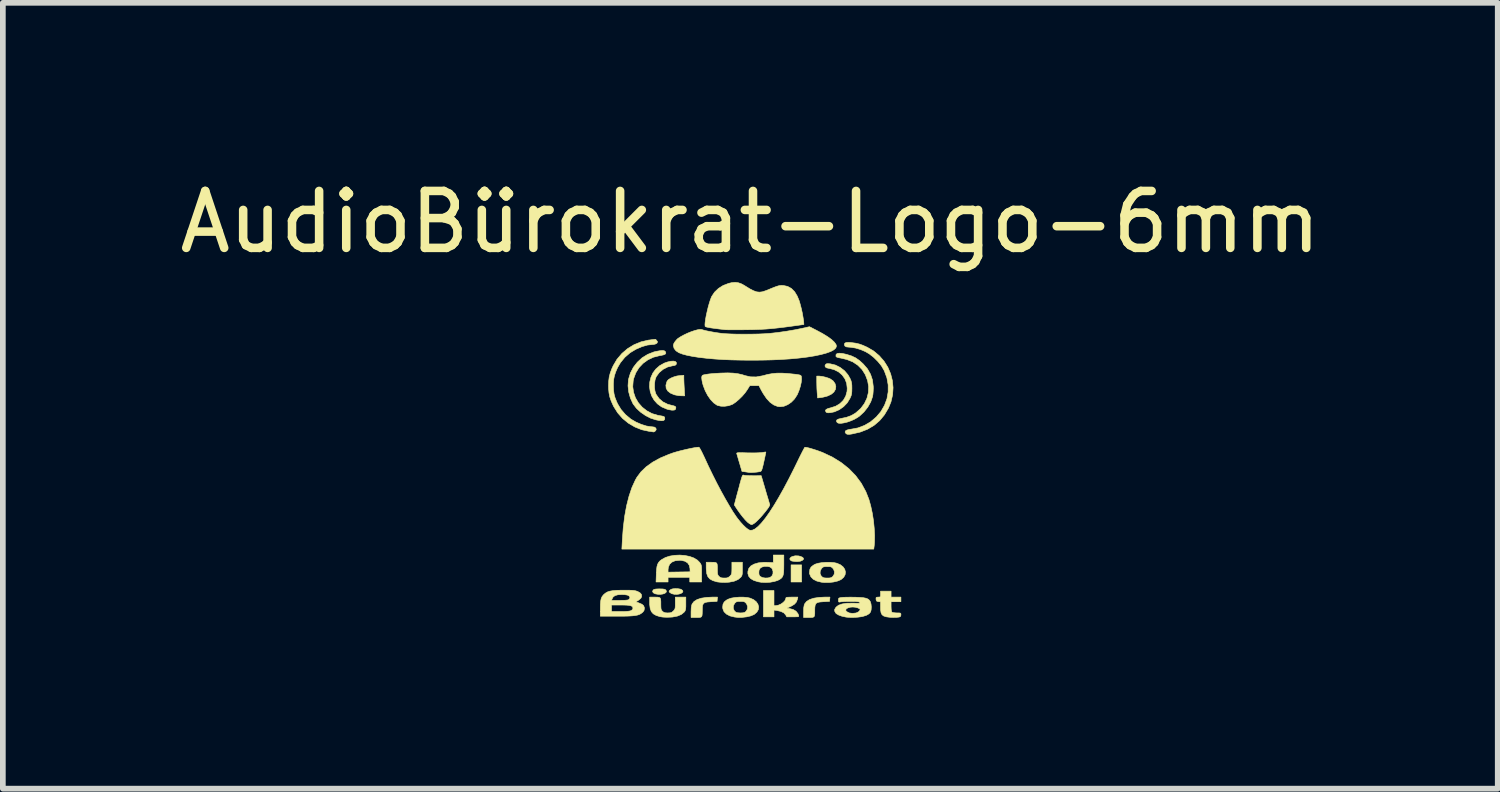
<source format=kicad_pcb>
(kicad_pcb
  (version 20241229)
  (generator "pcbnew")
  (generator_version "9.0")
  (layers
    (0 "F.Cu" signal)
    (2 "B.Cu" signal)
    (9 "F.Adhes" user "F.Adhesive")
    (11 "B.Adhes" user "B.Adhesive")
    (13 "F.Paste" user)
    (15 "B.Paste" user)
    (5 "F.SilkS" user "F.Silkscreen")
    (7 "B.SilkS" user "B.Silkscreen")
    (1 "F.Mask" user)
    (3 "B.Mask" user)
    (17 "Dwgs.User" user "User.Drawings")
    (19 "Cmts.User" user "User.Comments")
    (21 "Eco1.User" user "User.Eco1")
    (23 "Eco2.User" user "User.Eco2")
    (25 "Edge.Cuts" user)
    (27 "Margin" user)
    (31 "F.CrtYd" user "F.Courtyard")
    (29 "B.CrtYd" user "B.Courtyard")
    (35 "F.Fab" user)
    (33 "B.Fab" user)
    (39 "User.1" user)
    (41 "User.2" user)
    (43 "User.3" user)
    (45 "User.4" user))
  (footprint "AudioBürokrat-Logo-6mm"
    (layer "F.Cu")
    (at 10.125 4.848)
    (property "Reference" "AudioBürokrat-Logo-6mm" (at 0 -4 0) (layer "F.SilkS") (effects (font (size 1 1) (thickness 0.15))))
    (attr through_hole)
    (fp_poly (pts (xy 0.901 2.322) (xy 0.716 2.322) (xy 0.716 2.021) (xy 0.901 2.021) (xy 0.901 2.322)) (stroke (width 0.01) (type solid)) (fill yes) (layer "F.SilkS"))
    (fp_poly (pts (xy 0.843 1.863) (xy 0.881 1.872) (xy 0.918 1.888) (xy 0.934 1.906) (xy 0.932 1.926) (xy 0.912 1.943) (xy 0.877 1.957) (xy 0.83 1.963) (xy 0.816 1.963) (xy 0.773 1.96) (xy 0.737 1.955) (xy 0.719 1.95) (xy 0.697 1.93) (xy 0.695 1.908) (xy 0.714 1.887) (xy 0.733 1.876) (xy 0.786 1.862) (xy 0.843 1.863)) (stroke (width 0.01) (type solid)) (fill yes) (layer "F.SilkS"))
    (fp_poly (pts (xy -1.266 2.44) (xy -1.226 2.447) (xy -1.213 2.452) (xy -1.188 2.471) (xy -1.183 2.49) (xy -1.194 2.508) (xy -1.218 2.523) (xy -1.252 2.534) (xy -1.291 2.539) (xy -1.333 2.538) (xy -1.374 2.528) (xy -1.382 2.525) (xy -1.416 2.505) (xy -1.427 2.486) (xy -1.415 2.467) (xy -1.39 2.45) (xy -1.358 2.441) (xy -1.313 2.438) (xy -1.266 2.44)) (stroke (width 0.01) (type solid)) (fill yes) (layer "F.SilkS"))
    (fp_poly (pts (xy -1.541 2.444) (xy -1.507 2.449) (xy -1.487 2.459) (xy -1.484 2.461) (xy -1.472 2.484) (xy -1.479 2.504) (xy -1.501 2.521) (xy -1.536 2.533) (xy -1.58 2.539) (xy -1.628 2.537) (xy -1.671 2.529) (xy -1.703 2.512) (xy -1.716 2.49) (xy -1.708 2.466) (xy -1.704 2.461) (xy -1.686 2.451) (xy -1.655 2.445) (xy -1.607 2.443) (xy -1.594 2.443) (xy -1.541 2.444)) (stroke (width 0.01) (type solid)) (fill yes) (layer "F.SilkS"))
    (fp_poly (pts (xy 1.21 -1.294) (xy 1.263 -1.288) (xy 1.323 -1.274) (xy 1.381 -1.255) (xy 1.405 -1.244) (xy 1.456 -1.208) (xy 1.488 -1.163) (xy 1.502 -1.113) (xy 1.496 -1.062) (xy 1.468 -1.014) (xy 1.466 -1.012) (xy 1.42 -0.974) (xy 1.356 -0.944) (xy 1.28 -0.924) (xy 1.246 -0.918) (xy 1.182 -0.91) (xy 1.174 -1.007) (xy 1.17 -1.069) (xy 1.168 -1.138) (xy 1.167 -1.198) (xy 1.167 -1.294) (xy 1.21 -1.294)) (stroke (width 0.01) (type solid)) (fill yes) (layer "F.SilkS"))
    (fp_poly (pts (xy -1.167 -1.251) (xy -1.166 -1.214) (xy -1.164 -1.163) (xy -1.161 -1.105) (xy -1.159 -1.07) (xy -1.152 -0.947) (xy -1.214 -0.948) (xy -1.264 -0.952) (xy -1.316 -0.962) (xy -1.334 -0.966) (xy -1.402 -0.995) (xy -1.45 -1.033) (xy -1.477 -1.079) (xy -1.482 -1.133) (xy -1.466 -1.192) (xy -1.457 -1.21) (xy -1.433 -1.235) (xy -1.393 -1.259) (xy -1.342 -1.28) (xy -1.287 -1.296) (xy -1.242 -1.302) (xy -1.167 -1.308) (xy -1.167 -1.251)) (stroke (width 0.01) (type solid)) (fill yes) (layer "F.SilkS"))
    (fp_poly (pts (xy -0.58 2.625) (xy -0.583 2.662) (xy -0.691 2.668) (xy -0.753 2.673) (xy -0.796 2.682) (xy -0.822 2.7) (xy -0.837 2.729) (xy -0.842 2.773) (xy -0.843 2.819) (xy -0.844 2.874) (xy -0.847 2.91) (xy -0.857 2.932) (xy -0.876 2.942) (xy -0.908 2.945) (xy -0.948 2.945) (xy -1.04 2.945) (xy -1.04 2.846) (xy -1.037 2.776) (xy -1.028 2.726) (xy -1.021 2.707) (xy -0.988 2.664) (xy -0.934 2.63) (xy -0.86 2.606) (xy -0.767 2.592) (xy -0.666 2.587) (xy -0.576 2.587) (xy -0.58 2.625)) (stroke (width 0.01) (type solid)) (fill yes) (layer "F.SilkS"))
    (fp_poly (pts (xy 1.395 2.625) (xy 1.392 2.662) (xy 1.284 2.668) (xy 1.222 2.673) (xy 1.18 2.682) (xy 1.153 2.7) (xy 1.139 2.729) (xy 1.133 2.773) (xy 1.132 2.819) (xy 1.132 2.874) (xy 1.128 2.91) (xy 1.119 2.932) (xy 1.099 2.942) (xy 1.067 2.945) (xy 1.027 2.945) (xy 0.936 2.945) (xy 0.936 2.846) (xy 0.938 2.776) (xy 0.947 2.726) (xy 0.954 2.707) (xy 0.988 2.664) (xy 1.041 2.63) (xy 1.115 2.606) (xy 1.208 2.592) (xy 1.309 2.587) (xy 1.399 2.587) (xy 1.395 2.625)) (stroke (width 0.01) (type solid)) (fill yes) (layer "F.SilkS"))
    (fp_poly (pts (xy 0.416 2.738) (xy 0.448 2.737) (xy 0.492 2.729) (xy 0.538 2.709) (xy 0.578 2.681) (xy 0.609 2.648) (xy 0.623 2.615) (xy 0.624 2.609) (xy 0.626 2.599) (xy 0.635 2.592) (xy 0.656 2.589) (xy 0.692 2.588) (xy 0.729 2.587) (xy 0.835 2.587) (xy 0.828 2.622) (xy 0.81 2.672) (xy 0.776 2.711) (xy 0.723 2.744) (xy 0.712 2.749) (xy 0.644 2.78) (xy 0.683 2.787) (xy 0.753 2.805) (xy 0.803 2.835) (xy 0.837 2.878) (xy 0.849 2.908) (xy 0.851 2.92) (xy 0.848 2.928) (xy 0.835 2.932) (xy 0.807 2.933) (xy 0.762 2.934) (xy 0.749 2.934) (xy 0.641 2.934) (xy 0.621 2.899) (xy 0.588 2.863) (xy 0.535 2.838) (xy 0.468 2.822) (xy 0.416 2.815) (xy 0.416 2.934) (xy 0.231 2.934) (xy 0.231 2.472) (xy 0.416 2.472) (xy 0.416 2.738)) (stroke (width 0.01) (type solid)) (fill yes) (layer "F.SilkS"))
    (fp_poly (pts (xy 0.272 0.05) (xy 0.266 0.08) (xy 0.257 0.124) (xy 0.245 0.179) (xy 0.239 0.206) (xy 0.224 0.273) (xy 0.212 0.32) (xy 0.202 0.351) (xy 0.193 0.37) (xy 0.183 0.379) (xy 0.18 0.381) (xy 0.155 0.386) (xy 0.116 0.392) (xy 0.071 0.396) (xy 0.027 0.399) (xy -0.008 0.399) (xy -0.023 0.398) (xy -0.045 0.394) (xy -0.079 0.389) (xy -0.093 0.387) (xy -0.146 0.38) (xy -0.189 0.233) (xy -0.206 0.177) (xy -0.22 0.128) (xy -0.231 0.09) (xy -0.238 0.069) (xy -0.238 0.067) (xy -0.238 0.06) (xy -0.233 0.055) (xy -0.218 0.052) (xy -0.19 0.051) (xy -0.147 0.051) (xy -0.086 0.053) (xy -0.055 0.054) (xy 0.015 0.055) (xy 0.083 0.055) (xy 0.143 0.053) (xy 0.188 0.05) (xy 0.202 0.049) (xy 0.239 0.043) (xy 0.265 0.039) (xy 0.273 0.039) (xy 0.272 0.05)) (stroke (width 0.01) (type solid)) (fill yes) (layer "F.SilkS"))
    (fp_poly (pts (xy 2.472 2.587) (xy 2.645 2.587) (xy 2.645 2.668) (xy 2.472 2.668) (xy 2.472 2.753) (xy 2.474 2.8) (xy 2.479 2.835) (xy 2.486 2.851) (xy 2.504 2.858) (xy 2.539 2.863) (xy 2.572 2.865) (xy 2.612 2.865) (xy 2.634 2.868) (xy 2.643 2.876) (xy 2.645 2.891) (xy 2.645 2.898) (xy 2.641 2.922) (xy 2.625 2.934) (xy 2.609 2.938) (xy 2.564 2.943) (xy 2.506 2.944) (xy 2.445 2.941) (xy 2.393 2.934) (xy 2.383 2.932) (xy 2.341 2.918) (xy 2.313 2.896) (xy 2.296 2.861) (xy 2.288 2.811) (xy 2.287 2.766) (xy 2.287 2.67) (xy 2.249 2.666) (xy 2.223 2.66) (xy 2.212 2.645) (xy 2.208 2.625) (xy 2.208 2.6) (xy 2.216 2.59) (xy 2.241 2.587) (xy 2.246 2.587) (xy 2.271 2.586) (xy 2.283 2.579) (xy 2.287 2.559) (xy 2.287 2.535) (xy 2.287 2.483) (xy 2.472 2.483) (xy 2.472 2.587)) (stroke (width 0.01) (type solid)) (fill yes) (layer "F.SilkS"))
    (fp_poly (pts (xy -1.312 -1.548) (xy -1.297 -1.529) (xy -1.299 -1.504) (xy -1.31 -1.489) (xy -1.337 -1.479) (xy -1.364 -1.475) (xy -1.451 -1.454) (xy -1.531 -1.413) (xy -1.599 -1.356) (xy -1.651 -1.285) (xy -1.654 -1.279) (xy -1.672 -1.228) (xy -1.681 -1.165) (xy -1.682 -1.096) (xy -1.674 -1.032) (xy -1.657 -0.979) (xy -1.654 -0.973) (xy -1.602 -0.899) (xy -1.534 -0.841) (xy -1.45 -0.799) (xy -1.382 -0.781) (xy -1.342 -0.771) (xy -1.319 -0.762) (xy -1.309 -0.749) (xy -1.307 -0.74) (xy -1.312 -0.712) (xy -1.335 -0.697) (xy -1.376 -0.695) (xy -1.433 -0.705) (xy -1.468 -0.715) (xy -1.558 -0.754) (xy -1.631 -0.807) (xy -1.689 -0.872) (xy -1.732 -0.946) (xy -1.758 -1.025) (xy -1.77 -1.108) (xy -1.765 -1.191) (xy -1.745 -1.272) (xy -1.71 -1.349) (xy -1.659 -1.417) (xy -1.592 -1.476) (xy -1.51 -1.522) (xy -1.456 -1.541) (xy -1.394 -1.555) (xy -1.345 -1.557) (xy -1.312 -1.548)) (stroke (width 0.01) (type solid)) (fill yes) (layer "F.SilkS"))
    (fp_poly (pts (xy -0.116 0.445) (xy -0.106 0.448) (xy -0.106 0.448) (xy -0.082 0.451) (xy -0.041 0.454) (xy 0.01 0.455) (xy 0.058 0.456) (xy 0.192 0.455) (xy 0.265 0.704) (xy 0.286 0.777) (xy 0.306 0.842) (xy 0.322 0.896) (xy 0.334 0.937) (xy 0.341 0.96) (xy 0.342 0.964) (xy 0.338 0.981) (xy 0.321 1.011) (xy 0.293 1.05) (xy 0.257 1.096) (xy 0.217 1.144) (xy 0.176 1.191) (xy 0.135 1.233) (xy 0.099 1.268) (xy 0.07 1.291) (xy 0.066 1.294) (xy 0.039 1.31) (xy 0.022 1.315) (xy 0.004 1.308) (xy -0.019 1.294) (xy -0.05 1.27) (xy -0.09 1.229) (xy -0.135 1.176) (xy -0.182 1.115) (xy -0.228 1.05) (xy -0.229 1.048) (xy -0.281 0.969) (xy -0.227 0.765) (xy -0.201 0.671) (xy -0.182 0.597) (xy -0.166 0.54) (xy -0.154 0.499) (xy -0.145 0.471) (xy -0.137 0.454) (xy -0.13 0.446) (xy -0.123 0.443) (xy -0.116 0.445)) (stroke (width 0.01) (type solid)) (fill yes) (layer "F.SilkS"))
    (fp_poly (pts (xy -1.15 1.856) (xy -1.066 1.873) (xy -0.991 1.9) (xy -0.93 1.937) (xy -0.889 1.978) (xy -0.875 1.998) (xy -0.865 2.016) (xy -0.859 2.037) (xy -0.856 2.066) (xy -0.855 2.108) (xy -0.855 2.168) (xy -0.855 2.173) (xy -0.855 2.322) (xy -1.063 2.322) (xy -1.063 2.241) (xy -1.444 2.241) (xy -1.444 2.322) (xy -1.655 2.322) (xy -1.65 2.18) (xy -1.646 2.107) (xy -1.444 2.107) (xy -1.444 2.149) (xy -1.25 2.146) (xy -1.057 2.143) (xy -1.059 2.087) (xy -1.071 2.03) (xy -1.101 1.986) (xy -1.148 1.957) (xy -1.213 1.942) (xy -1.247 1.941) (xy -1.32 1.949) (xy -1.377 1.973) (xy -1.417 2.011) (xy -1.439 2.064) (xy -1.444 2.107) (xy -1.646 2.107) (xy -1.646 2.106) (xy -1.639 2.051) (xy -1.627 2.009) (xy -1.609 1.977) (xy -1.584 1.949) (xy -1.557 1.929) (xy -1.491 1.892) (xy -1.414 1.867) (xy -1.328 1.853) (xy -1.239 1.849) (xy -1.15 1.856)) (stroke (width 0.01) (type solid)) (fill yes) (layer "F.SilkS"))
    (fp_poly (pts (xy -1.63 2.588) (xy -1.6 2.592) (xy -1.583 2.603) (xy -1.574 2.626) (xy -1.571 2.665) (xy -1.571 2.716) (xy -1.57 2.763) (xy -1.567 2.794) (xy -1.56 2.815) (xy -1.547 2.832) (xy -1.543 2.836) (xy -1.521 2.853) (xy -1.495 2.862) (xy -1.455 2.865) (xy -1.449 2.865) (xy -1.409 2.863) (xy -1.382 2.856) (xy -1.36 2.839) (xy -1.351 2.831) (xy -1.335 2.813) (xy -1.325 2.797) (xy -1.319 2.774) (xy -1.317 2.741) (xy -1.317 2.692) (xy -1.317 2.587) (xy -1.132 2.587) (xy -1.132 2.702) (xy -1.132 2.756) (xy -1.135 2.792) (xy -1.14 2.816) (xy -1.148 2.834) (xy -1.161 2.851) (xy -1.21 2.891) (xy -1.278 2.92) (xy -1.365 2.937) (xy -1.414 2.94) (xy -1.476 2.941) (xy -1.535 2.938) (xy -1.581 2.931) (xy -1.583 2.931) (xy -1.653 2.909) (xy -1.704 2.88) (xy -1.738 2.841) (xy -1.758 2.787) (xy -1.767 2.715) (xy -1.767 2.687) (xy -1.767 2.587) (xy -1.676 2.587) (xy -1.63 2.588)) (stroke (width 0.01) (type solid)) (fill yes) (layer "F.SilkS"))
    (fp_poly (pts (xy -0.637 1.976) (xy -0.607 1.98) (xy -0.589 1.991) (xy -0.581 2.014) (xy -0.578 2.053) (xy -0.578 2.104) (xy -0.577 2.151) (xy -0.574 2.182) (xy -0.566 2.203) (xy -0.553 2.22) (xy -0.549 2.224) (xy -0.527 2.241) (xy -0.501 2.25) (xy -0.462 2.252) (xy -0.456 2.252) (xy -0.416 2.251) (xy -0.389 2.243) (xy -0.366 2.227) (xy -0.357 2.219) (xy -0.341 2.201) (xy -0.331 2.184) (xy -0.326 2.162) (xy -0.324 2.129) (xy -0.323 2.08) (xy -0.323 1.975) (xy -0.139 1.975) (xy -0.139 2.09) (xy -0.139 2.143) (xy -0.141 2.18) (xy -0.146 2.204) (xy -0.155 2.222) (xy -0.167 2.238) (xy -0.216 2.279) (xy -0.284 2.308) (xy -0.371 2.325) (xy -0.42 2.328) (xy -0.482 2.329) (xy -0.541 2.325) (xy -0.588 2.319) (xy -0.589 2.318) (xy -0.659 2.297) (xy -0.71 2.268) (xy -0.745 2.228) (xy -0.765 2.174) (xy -0.773 2.103) (xy -0.774 2.074) (xy -0.774 1.975) (xy -0.683 1.975) (xy -0.637 1.976)) (stroke (width 0.01) (type solid)) (fill yes) (layer "F.SilkS"))
    (fp_poly (pts (xy 1.384 -1.511) (xy 1.405 -1.509) (xy 1.494 -1.488) (xy 1.578 -1.446) (xy 1.654 -1.388) (xy 1.716 -1.315) (xy 1.753 -1.25) (xy 1.769 -1.212) (xy 1.778 -1.177) (xy 1.783 -1.136) (xy 1.784 -1.08) (xy 1.784 -1.08) (xy 1.783 -1.025) (xy 1.779 -0.985) (xy 1.771 -0.95) (xy 1.755 -0.913) (xy 1.751 -0.904) (xy 1.703 -0.825) (xy 1.638 -0.757) (xy 1.561 -0.703) (xy 1.476 -0.666) (xy 1.409 -0.652) (xy 1.369 -0.649) (xy 1.346 -0.652) (xy 1.331 -0.662) (xy 1.329 -0.664) (xy 1.319 -0.688) (xy 1.331 -0.708) (xy 1.366 -0.725) (xy 1.409 -0.736) (xy 1.499 -0.765) (xy 1.574 -0.81) (xy 1.634 -0.869) (xy 1.676 -0.942) (xy 1.699 -1.025) (xy 1.702 -1.08) (xy 1.692 -1.168) (xy 1.661 -1.247) (xy 1.612 -1.315) (xy 1.548 -1.369) (xy 1.47 -1.408) (xy 1.389 -1.428) (xy 1.342 -1.438) (xy 1.316 -1.456) (xy 1.312 -1.479) (xy 1.321 -1.496) (xy 1.333 -1.508) (xy 1.352 -1.512) (xy 1.384 -1.511)) (stroke (width 0.01) (type solid)) (fill yes) (layer "F.SilkS"))
    (fp_poly (pts (xy 0.589 2.018) (xy 0.588 2.097) (xy 0.585 2.157) (xy 0.577 2.201) (xy 0.563 2.234) (xy 0.542 2.258) (xy 0.513 2.278) (xy 0.479 2.295) (xy 0.421 2.313) (xy 0.348 2.326) (xy 0.27 2.33) (xy 0.193 2.327) (xy 0.139 2.318) (xy 0.062 2.294) (xy 0.007 2.262) (xy -0.028 2.221) (xy -0.043 2.171) (xy -0.042 2.153) (xy 0.15 2.153) (xy 0.153 2.19) (xy 0.165 2.214) (xy 0.181 2.228) (xy 0.216 2.245) (xy 0.264 2.252) (xy 0.314 2.25) (xy 0.351 2.239) (xy 0.381 2.214) (xy 0.398 2.177) (xy 0.399 2.134) (xy 0.385 2.093) (xy 0.373 2.076) (xy 0.341 2.056) (xy 0.297 2.047) (xy 0.248 2.048) (xy 0.203 2.06) (xy 0.173 2.08) (xy 0.155 2.111) (xy 0.15 2.153) (xy -0.042 2.153) (xy -0.042 2.137) (xy -0.026 2.083) (xy 0.01 2.04) (xy 0.066 2.008) (xy 0.139 1.986) (xy 0.229 1.977) (xy 0.29 1.977) (xy 0.404 1.981) (xy 0.404 1.915) (xy 0.404 1.848) (xy 0.589 1.848) (xy 0.589 2.018)) (stroke (width 0.01) (type solid)) (fill yes) (layer "F.SilkS"))
    (fp_poly (pts (xy -1.514 -1.74) (xy -1.495 -1.728) (xy -1.49 -1.72) (xy -1.483 -1.698) (xy -1.492 -1.681) (xy -1.518 -1.668) (xy -1.565 -1.657) (xy -1.591 -1.653) (xy -1.699 -1.626) (xy -1.797 -1.58) (xy -1.884 -1.517) (xy -1.956 -1.44) (xy -2.011 -1.35) (xy -2.048 -1.25) (xy -2.056 -1.213) (xy -2.064 -1.109) (xy -2.05 -1.009) (xy -2.017 -0.913) (xy -1.966 -0.826) (xy -1.899 -0.749) (xy -1.818 -0.685) (xy -1.726 -0.636) (xy -1.623 -0.605) (xy -1.601 -0.601) (xy -1.553 -0.593) (xy -1.524 -0.586) (xy -1.508 -0.577) (xy -1.503 -0.565) (xy -1.502 -0.549) (xy -1.507 -0.527) (xy -1.524 -0.514) (xy -1.555 -0.51) (xy -1.604 -0.515) (xy -1.66 -0.526) (xy -1.75 -0.555) (xy -1.84 -0.601) (xy -1.925 -0.66) (xy -1.998 -0.727) (xy -2.054 -0.8) (xy -2.06 -0.809) (xy -2.105 -0.907) (xy -2.135 -1.014) (xy -2.147 -1.122) (xy -2.14 -1.226) (xy -2.138 -1.238) (xy -2.105 -1.347) (xy -2.053 -1.448) (xy -1.983 -1.538) (xy -1.899 -1.615) (xy -1.802 -1.675) (xy -1.696 -1.717) (xy -1.655 -1.727) (xy -1.59 -1.739) (xy -1.545 -1.744) (xy -1.514 -1.74)) (stroke (width 0.01) (type solid)) (fill yes) (layer "F.SilkS"))
    (fp_poly (pts (xy -0.121 2.588) (xy -0.052 2.594) (xy -0.006 2.604) (xy 0.057 2.631) (xy 0.104 2.668) (xy 0.134 2.712) (xy 0.147 2.759) (xy 0.141 2.807) (xy 0.115 2.851) (xy 0.07 2.89) (xy 0.065 2.893) (xy 0.008 2.917) (xy -0.064 2.934) (xy -0.144 2.943) (xy -0.224 2.943) (xy -0.277 2.937) (xy -0.358 2.917) (xy -0.419 2.885) (xy -0.461 2.844) (xy -0.482 2.792) (xy -0.483 2.782) (xy -0.299 2.782) (xy -0.283 2.823) (xy -0.272 2.836) (xy -0.252 2.853) (xy -0.228 2.861) (xy -0.192 2.864) (xy -0.173 2.865) (xy -0.131 2.863) (xy -0.103 2.857) (xy -0.082 2.844) (xy -0.075 2.836) (xy -0.051 2.798) (xy -0.047 2.753) (xy -0.063 2.71) (xy -0.074 2.695) (xy -0.092 2.677) (xy -0.112 2.667) (xy -0.141 2.663) (xy -0.173 2.663) (xy -0.215 2.664) (xy -0.241 2.669) (xy -0.259 2.681) (xy -0.273 2.695) (xy -0.296 2.737) (xy -0.299 2.782) (xy -0.483 2.782) (xy -0.485 2.762) (xy -0.479 2.712) (xy -0.458 2.673) (xy -0.419 2.64) (xy -0.384 2.622) (xy -0.335 2.605) (xy -0.269 2.594) (xy -0.196 2.588) (xy -0.121 2.588)) (stroke (width 0.01) (type solid)) (fill yes) (layer "F.SilkS"))
    (fp_poly (pts (xy 1.404 1.976) (xy 1.473 1.982) (xy 1.519 1.992) (xy 1.582 2.019) (xy 1.629 2.056) (xy 1.659 2.099) (xy 1.671 2.147) (xy 1.665 2.194) (xy 1.64 2.239) (xy 1.595 2.278) (xy 1.59 2.281) (xy 1.533 2.305) (xy 1.461 2.322) (xy 1.381 2.331) (xy 1.301 2.331) (xy 1.247 2.325) (xy 1.167 2.305) (xy 1.105 2.273) (xy 1.064 2.231) (xy 1.042 2.18) (xy 1.041 2.17) (xy 1.225 2.17) (xy 1.242 2.211) (xy 1.253 2.224) (xy 1.273 2.241) (xy 1.297 2.249) (xy 1.333 2.252) (xy 1.351 2.252) (xy 1.394 2.251) (xy 1.421 2.245) (xy 1.442 2.231) (xy 1.45 2.224) (xy 1.474 2.185) (xy 1.478 2.141) (xy 1.462 2.097) (xy 1.451 2.083) (xy 1.433 2.065) (xy 1.413 2.055) (xy 1.384 2.051) (xy 1.351 2.051) (xy 1.31 2.052) (xy 1.284 2.057) (xy 1.266 2.069) (xy 1.252 2.083) (xy 1.229 2.125) (xy 1.225 2.17) (xy 1.041 2.17) (xy 1.04 2.15) (xy 1.046 2.099) (xy 1.067 2.06) (xy 1.106 2.028) (xy 1.14 2.009) (xy 1.19 1.993) (xy 1.255 1.982) (xy 1.329 1.976) (xy 1.404 1.976)) (stroke (width 0.01) (type solid)) (fill yes) (layer "F.SilkS"))
    (fp_poly (pts (xy 1.62 -1.691) (xy 1.691 -1.675) (xy 1.777 -1.648) (xy 1.851 -1.613) (xy 1.919 -1.565) (xy 1.982 -1.508) (xy 2.058 -1.42) (xy 2.111 -1.327) (xy 2.145 -1.226) (xy 2.159 -1.114) (xy 2.16 -1.08) (xy 2.158 -1.028) (xy 2.154 -0.977) (xy 2.148 -0.938) (xy 2.148 -0.936) (xy 2.115 -0.841) (xy 2.063 -0.749) (xy 1.996 -0.664) (xy 1.917 -0.591) (xy 1.879 -0.565) (xy 1.825 -0.534) (xy 1.765 -0.508) (xy 1.703 -0.486) (xy 1.644 -0.472) (xy 1.592 -0.464) (xy 1.552 -0.466) (xy 1.527 -0.476) (xy 1.526 -0.478) (xy 1.512 -0.503) (xy 1.519 -0.523) (xy 1.547 -0.539) (xy 1.594 -0.55) (xy 1.689 -0.57) (xy 1.769 -0.599) (xy 1.839 -0.639) (xy 1.857 -0.652) (xy 1.94 -0.726) (xy 2.004 -0.812) (xy 2.049 -0.906) (xy 2.074 -1.006) (xy 2.078 -1.11) (xy 2.06 -1.214) (xy 2.021 -1.316) (xy 2.021 -1.317) (xy 1.963 -1.409) (xy 1.889 -1.484) (xy 1.801 -1.543) (xy 1.696 -1.585) (xy 1.594 -1.609) (xy 1.547 -1.618) (xy 1.519 -1.627) (xy 1.506 -1.637) (xy 1.504 -1.644) (xy 1.506 -1.673) (xy 1.525 -1.69) (xy 1.563 -1.696) (xy 1.62 -1.691)) (stroke (width 0.01) (type solid)) (fill yes) (layer "F.SilkS"))
    (fp_poly (pts (xy 1.774 -1.882) (xy 1.85 -1.872) (xy 1.914 -1.857) (xy 1.976 -1.835) (xy 2.047 -1.803) (xy 2.05 -1.802) (xy 2.165 -1.735) (xy 2.264 -1.652) (xy 2.348 -1.556) (xy 2.415 -1.45) (xy 2.464 -1.335) (xy 2.495 -1.215) (xy 2.507 -1.09) (xy 2.499 -0.965) (xy 2.47 -0.84) (xy 2.426 -0.733) (xy 2.355 -0.613) (xy 2.271 -0.512) (xy 2.171 -0.427) (xy 2.057 -0.36) (xy 1.928 -0.31) (xy 1.783 -0.277) (xy 1.748 -0.272) (xy 1.71 -0.271) (xy 1.685 -0.28) (xy 1.681 -0.284) (xy 1.665 -0.309) (xy 1.671 -0.331) (xy 1.699 -0.347) (xy 1.747 -0.359) (xy 1.772 -0.362) (xy 1.89 -0.384) (xy 2.005 -0.428) (xy 2.113 -0.491) (xy 2.209 -0.573) (xy 2.21 -0.573) (xy 2.294 -0.672) (xy 2.357 -0.781) (xy 2.4 -0.896) (xy 2.421 -1.016) (xy 2.421 -1.139) (xy 2.399 -1.263) (xy 2.354 -1.385) (xy 2.349 -1.395) (xy 2.303 -1.474) (xy 2.239 -1.552) (xy 2.165 -1.625) (xy 2.086 -1.686) (xy 2.021 -1.724) (xy 1.934 -1.761) (xy 1.845 -1.787) (xy 1.763 -1.8) (xy 1.732 -1.802) (xy 1.686 -1.807) (xy 1.66 -1.823) (xy 1.652 -1.85) (xy 1.659 -1.871) (xy 1.682 -1.883) (xy 1.724 -1.886) (xy 1.774 -1.882)) (stroke (width 0.01) (type solid)) (fill yes) (layer "F.SilkS"))
    (fp_poly (pts (xy -0.214 -2.934) (xy -0.16 -2.916) (xy -0.1 -2.883) (xy -0.078 -2.869) (xy -0.003 -2.823) (xy 0.059 -2.792) (xy 0.112 -2.773) (xy 0.162 -2.768) (xy 0.212 -2.774) (xy 0.267 -2.792) (xy 0.289 -2.8) (xy 0.364 -2.831) (xy 0.421 -2.854) (xy 0.465 -2.87) (xy 0.499 -2.88) (xy 0.527 -2.885) (xy 0.553 -2.886) (xy 0.58 -2.885) (xy 0.655 -2.869) (xy 0.721 -2.833) (xy 0.778 -2.776) (xy 0.825 -2.698) (xy 0.86 -2.613) (xy 0.877 -2.553) (xy 0.896 -2.48) (xy 0.913 -2.403) (xy 0.926 -2.329) (xy 0.936 -2.266) (xy 0.938 -2.247) (xy 0.941 -2.2) (xy 0.762 -2.175) (xy 0.622 -2.156) (xy 0.498 -2.141) (xy 0.386 -2.129) (xy 0.279 -2.12) (xy 0.171 -2.114) (xy 0.056 -2.11) (xy -0.07 -2.108) (xy -0.081 -2.108) (xy -0.166 -2.107) (xy -0.246 -2.107) (xy -0.317 -2.107) (xy -0.375 -2.107) (xy -0.417 -2.108) (xy -0.439 -2.109) (xy -0.439 -2.109) (xy -0.546 -2.121) (xy -0.631 -2.132) (xy -0.697 -2.141) (xy -0.744 -2.15) (xy -0.775 -2.157) (xy -0.791 -2.164) (xy -0.793 -2.167) (xy -0.796 -2.194) (xy -0.793 -2.237) (xy -0.785 -2.295) (xy -0.773 -2.361) (xy -0.757 -2.432) (xy -0.74 -2.504) (xy -0.721 -2.571) (xy -0.702 -2.631) (xy -0.684 -2.678) (xy -0.68 -2.688) (xy -0.628 -2.767) (xy -0.559 -2.833) (xy -0.475 -2.886) (xy -0.38 -2.922) (xy -0.324 -2.935) (xy -0.266 -2.94) (xy -0.214 -2.934)) (stroke (width 0.01) (type solid)) (fill yes) (layer "F.SilkS"))
    (fp_poly (pts (xy 1.164 -2.097) (xy 1.27 -2.04) (xy 1.358 -1.986) (xy 1.427 -1.936) (xy 1.476 -1.89) (xy 1.505 -1.85) (xy 1.513 -1.821) (xy 1.502 -1.788) (xy 1.468 -1.756) (xy 1.413 -1.726) (xy 1.338 -1.699) (xy 1.244 -1.673) (xy 1.13 -1.649) (xy 1 -1.628) (xy 0.852 -1.61) (xy 0.689 -1.595) (xy 0.51 -1.584) (xy 0.491 -1.583) (xy 0.375 -1.578) (xy 0.243 -1.575) (xy 0.1 -1.573) (xy -0.047 -1.573) (xy -0.192 -1.575) (xy -0.329 -1.578) (xy -0.451 -1.583) (xy -0.474 -1.584) (xy -0.626 -1.594) (xy -0.769 -1.607) (xy -0.899 -1.622) (xy -1.015 -1.64) (xy -1.115 -1.66) (xy -1.196 -1.682) (xy -1.255 -1.705) (xy -1.305 -1.738) (xy -1.338 -1.78) (xy -1.351 -1.828) (xy -1.351 -1.833) (xy -1.343 -1.865) (xy -1.319 -1.903) (xy -1.287 -1.94) (xy -1.269 -1.956) (xy -1.222 -1.986) (xy -1.165 -2.017) (xy -1.102 -2.047) (xy -1.038 -2.073) (xy -0.976 -2.094) (xy -0.922 -2.108) (xy -0.879 -2.114) (xy -0.855 -2.112) (xy -0.819 -2.101) (xy -0.766 -2.088) (xy -0.7 -2.075) (xy -0.629 -2.062) (xy -0.556 -2.051) (xy -0.497 -2.043) (xy -0.436 -2.038) (xy -0.356 -2.034) (xy -0.263 -2.031) (xy -0.162 -2.03) (xy -0.056 -2.03) (xy 0.05 -2.031) (xy 0.15 -2.033) (xy 0.24 -2.037) (xy 0.315 -2.042) (xy 0.335 -2.043) (xy 0.487 -2.06) (xy 0.64 -2.082) (xy 0.786 -2.107) (xy 0.908 -2.132) (xy 1.039 -2.161) (xy 1.164 -2.097)) (stroke (width 0.01) (type solid)) (fill yes) (layer "F.SilkS"))
    (fp_poly (pts (xy -1.656 -1.933) (xy -1.641 -1.915) (xy -1.63 -1.899) (xy -1.629 -1.894) (xy -1.639 -1.872) (xy -1.668 -1.856) (xy -1.709 -1.848) (xy -1.719 -1.848) (xy -1.805 -1.839) (xy -1.903 -1.811) (xy -2.009 -1.765) (xy -2.112 -1.703) (xy -2.204 -1.623) (xy -2.28 -1.53) (xy -2.331 -1.443) (xy -2.364 -1.366) (xy -2.386 -1.3) (xy -2.399 -1.234) (xy -2.404 -1.161) (xy -2.404 -1.125) (xy -2.401 -1.046) (xy -2.392 -0.979) (xy -2.375 -0.915) (xy -2.347 -0.845) (xy -2.331 -0.809) (xy -2.27 -0.708) (xy -2.191 -0.617) (xy -2.098 -0.539) (xy -2.009 -0.487) (xy -1.914 -0.446) (xy -1.826 -0.418) (xy -1.748 -0.405) (xy -1.727 -0.404) (xy -1.683 -0.398) (xy -1.658 -0.38) (xy -1.652 -0.356) (xy -1.66 -0.339) (xy -1.677 -0.321) (xy -1.696 -0.313) (xy -1.7 -0.313) (xy -1.713 -0.315) (xy -1.741 -0.32) (xy -1.777 -0.324) (xy -1.906 -0.352) (xy -2.028 -0.401) (xy -2.142 -0.468) (xy -2.243 -0.551) (xy -2.329 -0.649) (xy -2.398 -0.759) (xy -2.407 -0.777) (xy -2.443 -0.857) (xy -2.467 -0.927) (xy -2.481 -0.996) (xy -2.488 -1.071) (xy -2.489 -1.126) (xy -2.486 -1.21) (xy -2.477 -1.281) (xy -2.459 -1.349) (xy -2.432 -1.422) (xy -2.407 -1.476) (xy -2.34 -1.59) (xy -2.255 -1.69) (xy -2.156 -1.775) (xy -2.043 -1.844) (xy -1.919 -1.895) (xy -1.787 -1.926) (xy -1.766 -1.928) (xy -1.722 -1.934) (xy -1.688 -1.938) (xy -1.669 -1.94) (xy -1.667 -1.941) (xy -1.656 -1.933)) (stroke (width 0.01) (type solid)) (fill yes) (layer "F.SilkS"))
    (fp_poly (pts (xy -0.299 -1.346) (xy -0.214 -1.335) (xy -0.136 -1.317) (xy -0.094 -1.303) (xy 0.002 -1.281) (xy 0.104 -1.279) (xy 0.209 -1.298) (xy 0.223 -1.301) (xy 0.304 -1.323) (xy 0.383 -1.337) (xy 0.464 -1.345) (xy 0.552 -1.346) (xy 0.652 -1.34) (xy 0.77 -1.328) (xy 0.783 -1.327) (xy 0.833 -1.32) (xy 0.865 -1.314) (xy 0.884 -1.307) (xy 0.893 -1.297) (xy 0.897 -1.286) (xy 0.9 -1.241) (xy 0.894 -1.181) (xy 0.879 -1.113) (xy 0.856 -1.042) (xy 0.828 -0.974) (xy 0.821 -0.961) (xy 0.776 -0.892) (xy 0.72 -0.835) (xy 0.657 -0.792) (xy 0.59 -0.764) (xy 0.522 -0.756) (xy 0.479 -0.761) (xy 0.411 -0.788) (xy 0.347 -0.834) (xy 0.286 -0.9) (xy 0.227 -0.987) (xy 0.195 -1.043) (xy 0.152 -1.126) (xy -0.009 -1.126) (xy -0.054 -1.053) (xy -0.092 -0.999) (xy -0.142 -0.941) (xy -0.198 -0.886) (xy -0.254 -0.838) (xy -0.305 -0.803) (xy -0.318 -0.796) (xy -0.38 -0.774) (xy -0.449 -0.764) (xy -0.515 -0.765) (xy -0.572 -0.778) (xy -0.586 -0.784) (xy -0.642 -0.823) (xy -0.697 -0.881) (xy -0.748 -0.954) (xy -0.792 -1.038) (xy -0.826 -1.127) (xy -0.837 -1.165) (xy -0.847 -1.21) (xy -0.852 -1.251) (xy -0.853 -1.275) (xy -0.849 -1.293) (xy -0.842 -1.306) (xy -0.824 -1.314) (xy -0.791 -1.321) (xy -0.768 -1.325) (xy -0.727 -1.331) (xy -0.669 -1.337) (xy -0.602 -1.342) (xy -0.532 -1.346) (xy -0.511 -1.347) (xy -0.396 -1.35) (xy -0.299 -1.346)) (stroke (width 0.01) (type solid)) (fill yes) (layer "F.SilkS"))
    (fp_poly (pts (xy -0.9 -0.044) (xy -0.89 -0.031) (xy -0.873 -0.002) (xy -0.85 0.042) (xy -0.824 0.096) (xy -0.803 0.14) (xy -0.734 0.29) (xy -0.661 0.44) (xy -0.587 0.587) (xy -0.513 0.727) (xy -0.44 0.859) (xy -0.37 0.98) (xy -0.306 1.086) (xy -0.247 1.174) (xy -0.222 1.208) (xy -0.174 1.268) (xy -0.125 1.322) (xy -0.078 1.367) (xy -0.037 1.399) (xy -0.006 1.414) (xy 0.035 1.412) (xy 0.083 1.39) (xy 0.138 1.346) (xy 0.199 1.282) (xy 0.266 1.199) (xy 0.339 1.096) (xy 0.417 0.975) (xy 0.5 0.836) (xy 0.588 0.679) (xy 0.68 0.505) (xy 0.776 0.315) (xy 0.828 0.208) (xy 0.862 0.138) (xy 0.893 0.076) (xy 0.92 0.023) (xy 0.941 -0.016) (xy 0.954 -0.039) (xy 0.958 -0.044) (xy 0.977 -0.043) (xy 1.013 -0.036) (xy 1.061 -0.023) (xy 1.117 -0.006) (xy 1.176 0.013) (xy 1.233 0.034) (xy 1.27 0.048) (xy 1.44 0.128) (xy 1.594 0.223) (xy 1.73 0.331) (xy 1.849 0.453) (xy 1.949 0.588) (xy 2.029 0.735) (xy 2.083 0.872) (xy 2.115 0.986) (xy 2.142 1.112) (xy 2.163 1.244) (xy 2.176 1.377) (xy 2.183 1.505) (xy 2.181 1.621) (xy 2.176 1.684) (xy 2.168 1.744) (xy -2.255 1.744) (xy -2.247 1.591) (xy -2.231 1.372) (xy -2.206 1.168) (xy -2.172 0.982) (xy -2.129 0.813) (xy -2.079 0.664) (xy -2.02 0.535) (xy -1.991 0.483) (xy -1.92 0.388) (xy -1.828 0.299) (xy -1.715 0.218) (xy -1.582 0.145) (xy -1.43 0.081) (xy -1.364 0.057) (xy -1.309 0.04) (xy -1.244 0.022) (xy -1.175 0.005) (xy -1.106 -0.011) (xy -1.041 -0.025) (xy -0.983 -0.036) (xy -0.937 -0.043) (xy -0.907 -0.045) (xy -0.9 -0.044)) (stroke (width 0.01) (type solid)) (fill yes) (layer "F.SilkS"))
    (fp_poly (pts (xy 1.826 2.589) (xy 1.845 2.589) (xy 1.926 2.593) (xy 1.987 2.598) (xy 2.032 2.607) (xy 2.064 2.62) (xy 2.087 2.638) (xy 2.105 2.662) (xy 2.108 2.668) (xy 2.12 2.708) (xy 2.125 2.759) (xy 2.122 2.81) (xy 2.112 2.848) (xy 2.085 2.88) (xy 2.038 2.907) (xy 1.973 2.927) (xy 1.939 2.933) (xy 1.883 2.94) (xy 1.818 2.943) (xy 1.753 2.943) (xy 1.697 2.94) (xy 1.675 2.937) (xy 1.607 2.922) (xy 1.552 2.902) (xy 1.513 2.879) (xy 1.502 2.869) (xy 1.482 2.834) (xy 1.482 2.806) (xy 1.677 2.806) (xy 1.679 2.826) (xy 1.691 2.841) (xy 1.737 2.865) (xy 1.794 2.873) (xy 1.856 2.866) (xy 1.862 2.864) (xy 1.899 2.847) (xy 1.923 2.822) (xy 1.929 2.801) (xy 1.919 2.793) (xy 1.896 2.78) (xy 1.889 2.777) (xy 1.846 2.765) (xy 1.801 2.761) (xy 1.758 2.764) (xy 1.721 2.774) (xy 1.692 2.788) (xy 1.677 2.806) (xy 1.482 2.806) (xy 1.482 2.803) (xy 1.503 2.768) (xy 1.507 2.763) (xy 1.549 2.73) (xy 1.61 2.708) (xy 1.692 2.695) (xy 1.794 2.693) (xy 1.812 2.693) (xy 1.867 2.695) (xy 1.903 2.695) (xy 1.922 2.693) (xy 1.928 2.688) (xy 1.924 2.681) (xy 1.923 2.68) (xy 1.91 2.672) (xy 1.887 2.667) (xy 1.85 2.664) (xy 1.796 2.663) (xy 1.764 2.663) (xy 1.705 2.663) (xy 1.652 2.665) (xy 1.609 2.668) (xy 1.585 2.671) (xy 1.56 2.675) (xy 1.55 2.668) (xy 1.548 2.644) (xy 1.548 2.64) (xy 1.549 2.617) (xy 1.556 2.605) (xy 1.574 2.598) (xy 1.61 2.593) (xy 1.611 2.593) (xy 1.646 2.59) (xy 1.697 2.589) (xy 1.759 2.588) (xy 1.826 2.589)) (stroke (width 0.01) (type solid)) (fill yes) (layer "F.SilkS"))
    (fp_poly (pts (xy -2.15 2.466) (xy -2.095 2.467) (xy -2.055 2.47) (xy -2.025 2.474) (xy -2.002 2.48) (xy -1.98 2.488) (xy -1.973 2.491) (xy -1.935 2.513) (xy -1.915 2.536) (xy -1.91 2.548) (xy -1.908 2.579) (xy -1.921 2.606) (xy -1.951 2.633) (xy -1.967 2.644) (xy -2.009 2.672) (xy -1.95 2.692) (xy -1.902 2.713) (xy -1.874 2.737) (xy -1.861 2.769) (xy -1.86 2.791) (xy -1.867 2.825) (xy -1.891 2.855) (xy -1.895 2.857) (xy -1.919 2.876) (xy -1.946 2.891) (xy -1.978 2.902) (xy -2.018 2.91) (xy -2.069 2.916) (xy -2.134 2.92) (xy -2.216 2.922) (xy -2.317 2.922) (xy -2.341 2.922) (xy -2.634 2.922) (xy -2.633 2.792) (xy -2.632 2.726) (xy -2.437 2.726) (xy -2.437 2.841) (xy -2.289 2.841) (xy -2.229 2.841) (xy -2.175 2.838) (xy -2.132 2.834) (xy -2.106 2.829) (xy -2.105 2.829) (xy -2.072 2.81) (xy -2.06 2.784) (xy -2.064 2.766) (xy -2.074 2.751) (xy -2.095 2.74) (xy -2.128 2.732) (xy -2.176 2.728) (xy -2.244 2.726) (xy -2.282 2.726) (xy -2.437 2.726) (xy -2.632 2.726) (xy -2.632 2.715) (xy -2.627 2.657) (xy -2.625 2.645) (xy -2.437 2.645) (xy -2.298 2.645) (xy -2.241 2.644) (xy -2.192 2.642) (xy -2.155 2.638) (xy -2.136 2.633) (xy -2.118 2.613) (xy -2.114 2.594) (xy -2.125 2.569) (xy -2.157 2.552) (xy -2.211 2.543) (xy -2.257 2.542) (xy -2.325 2.546) (xy -2.374 2.56) (xy -2.407 2.583) (xy -2.422 2.608) (xy -2.437 2.645) (xy -2.625 2.645) (xy -2.618 2.613) (xy -2.603 2.579) (xy -2.581 2.551) (xy -2.574 2.543) (xy -2.543 2.517) (xy -2.509 2.497) (xy -2.467 2.483) (xy -2.415 2.474) (xy -2.348 2.468) (xy -2.264 2.466) (xy -2.224 2.466) (xy -2.15 2.466)) (stroke (width 0.01) (type solid)) (fill yes) (layer "F.SilkS")))
  (gr_rect
    (start -3 -3)
    (end 23.25 10.799)
    (stroke (width 0.1) (type default))
    (fill no)
    (layer "Edge.Cuts")))
</source>
